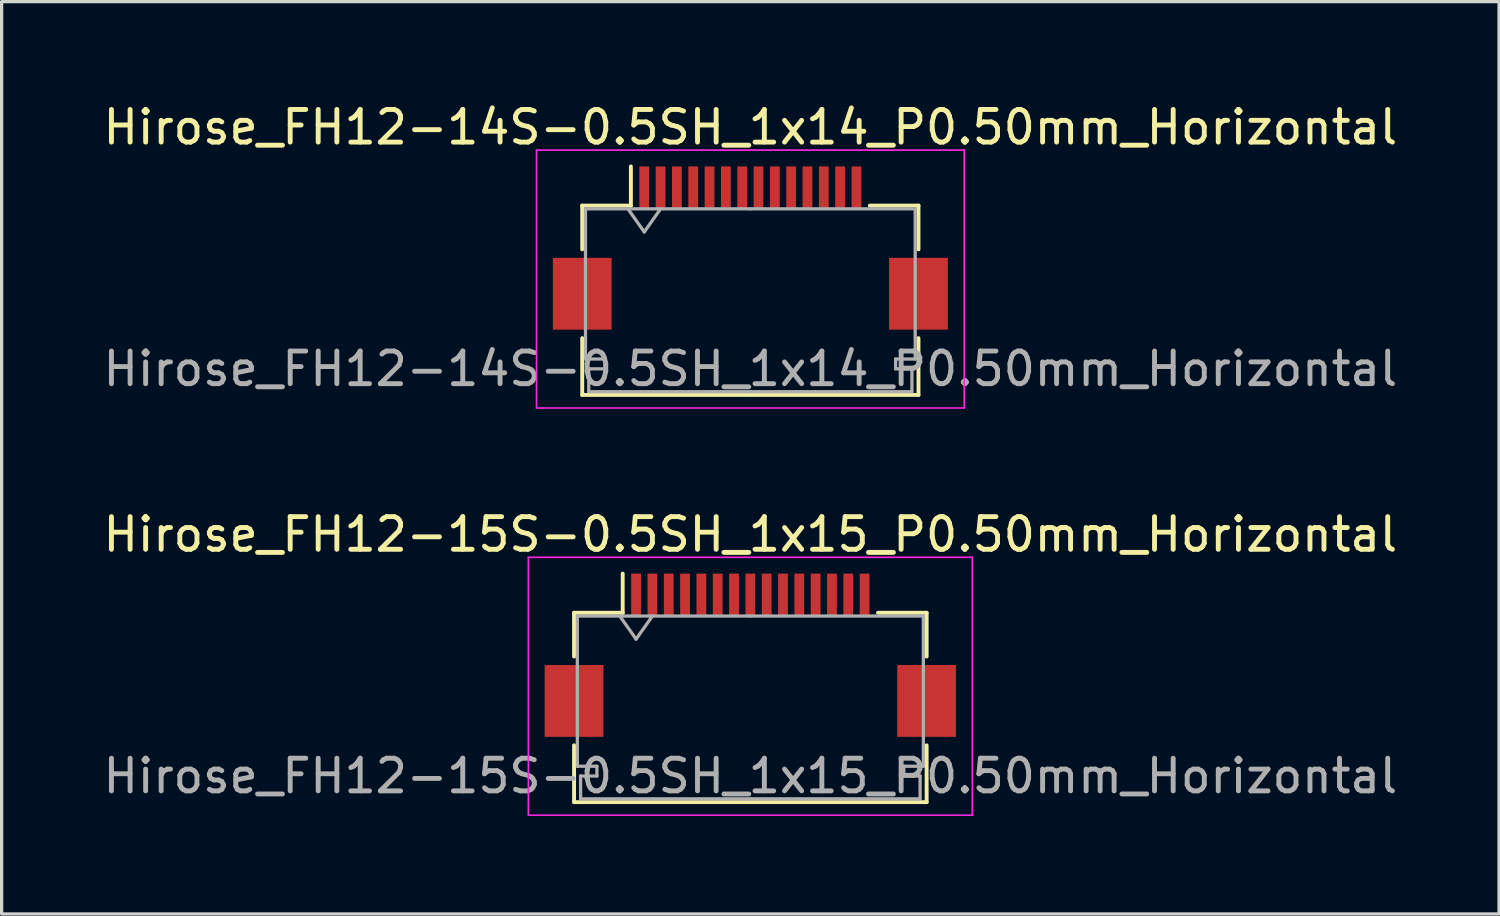
<source format=kicad_pcb>
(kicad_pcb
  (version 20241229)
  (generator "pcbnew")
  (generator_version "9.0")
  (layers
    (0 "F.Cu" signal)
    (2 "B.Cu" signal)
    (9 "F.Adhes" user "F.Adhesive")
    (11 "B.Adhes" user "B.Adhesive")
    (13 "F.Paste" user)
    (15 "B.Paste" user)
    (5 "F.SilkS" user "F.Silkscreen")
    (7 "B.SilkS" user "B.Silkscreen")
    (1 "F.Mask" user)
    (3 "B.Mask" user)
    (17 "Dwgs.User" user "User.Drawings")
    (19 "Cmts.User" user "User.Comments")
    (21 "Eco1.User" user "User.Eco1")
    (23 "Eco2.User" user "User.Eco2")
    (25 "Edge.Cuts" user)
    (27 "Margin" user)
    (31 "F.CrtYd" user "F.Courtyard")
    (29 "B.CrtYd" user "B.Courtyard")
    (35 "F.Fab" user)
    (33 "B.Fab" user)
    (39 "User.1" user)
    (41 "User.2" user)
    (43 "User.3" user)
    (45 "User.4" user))
  (footprint "Hirose_FH12-15S-0.5SH_1x15_P0.50mm_Horizontal"
    (layer "F.Cu")
    (at 19.935 17.021)
    (property "Reference" "Hirose_FH12-15S-0.5SH_1x15_P0.50mm_Horizontal" (at 0 -3.7 0) (layer "F.SilkS") (effects (font (size 1 1) (thickness 0.15))))
    (attr smd)
    (fp_line (start -5.4 -1.3) (end -5.4 0.04) (stroke (width 0.12) (type solid)) (layer "F.SilkS"))
    (fp_line (start -5.4 2.76) (end -5.4 4.5) (stroke (width 0.12) (type solid)) (layer "F.SilkS"))
    (fp_line (start -5.4 4.5) (end 5.4 4.5) (stroke (width 0.12) (type solid)) (layer "F.SilkS"))
    (fp_line (start -3.91 -1.3) (end -5.4 -1.3) (stroke (width 0.12) (type solid)) (layer "F.SilkS"))
    (fp_line (start -3.91 -1.3) (end -3.91 -2.5) (stroke (width 0.12) (type solid)) (layer "F.SilkS"))
    (fp_line (start 3.91 -1.3) (end 5.4 -1.3) (stroke (width 0.12) (type solid)) (layer "F.SilkS"))
    (fp_line (start 5.4 -1.3) (end 5.4 0.04) (stroke (width 0.12) (type solid)) (layer "F.SilkS"))
    (fp_line (start 5.4 4.5) (end 5.4 2.76) (stroke (width 0.12) (type solid)) (layer "F.SilkS"))
    (fp_line (start -6.8 -3) (end -6.8 4.9) (stroke (width 0.05) (type solid)) (layer "F.CrtYd"))
    (fp_line (start -6.8 4.9) (end 6.8 4.9) (stroke (width 0.05) (type solid)) (layer "F.CrtYd"))
    (fp_line (start 6.8 -3) (end -6.8 -3) (stroke (width 0.05) (type solid)) (layer "F.CrtYd"))
    (fp_line (start 6.8 4.9) (end 6.8 -3) (stroke (width 0.05) (type solid)) (layer "F.CrtYd"))
    (fp_line (start -5.3 -1.2) (end -5.3 3.4) (stroke (width 0.1) (type solid)) (layer "F.Fab"))
    (fp_line (start -5.3 3.4) (end -4.7 3.4) (stroke (width 0.1) (type solid)) (layer "F.Fab"))
    (fp_line (start -5.2 3.7) (end -5.2 4.4) (stroke (width 0.1) (type solid)) (layer "F.Fab"))
    (fp_line (start -5.2 4.4) (end 0 4.4) (stroke (width 0.1) (type solid)) (layer "F.Fab"))
    (fp_line (start -4.7 3.4) (end -4.7 3.7) (stroke (width 0.1) (type solid)) (layer "F.Fab"))
    (fp_line (start -4.7 3.7) (end -5.2 3.7) (stroke (width 0.1) (type solid)) (layer "F.Fab"))
    (fp_line (start -4 -1.2) (end -3.5 -0.493) (stroke (width 0.1) (type solid)) (layer "F.Fab"))
    (fp_line (start -3.5 -0.493) (end -3 -1.2) (stroke (width 0.1) (type solid)) (layer "F.Fab"))
    (fp_line (start 0 -1.2) (end -5.3 -1.2) (stroke (width 0.1) (type solid)) (layer "F.Fab"))
    (fp_line (start 0 -1.2) (end 5.3 -1.2) (stroke (width 0.1) (type solid)) (layer "F.Fab"))
    (fp_line (start 4.7 3.4) (end 4.7 3.7) (stroke (width 0.1) (type solid)) (layer "F.Fab"))
    (fp_line (start 4.7 3.7) (end 5.2 3.7) (stroke (width 0.1) (type solid)) (layer "F.Fab"))
    (fp_line (start 5.2 3.7) (end 5.2 4.4) (stroke (width 0.1) (type solid)) (layer "F.Fab"))
    (fp_line (start 5.2 4.4) (end 0 4.4) (stroke (width 0.1) (type solid)) (layer "F.Fab"))
    (fp_line (start 5.3 -1.2) (end 5.3 3.4) (stroke (width 0.1) (type solid)) (layer "F.Fab"))
    (fp_line (start 5.3 3.4) (end 4.7 3.4) (stroke (width 0.1) (type solid)) (layer "F.Fab"))
    (fp_text user "${REFERENCE}" (at 0 3.7 0) (layer "F.Fab") (effects (font (size 1 1) (thickness 0.15))))
    (pad "" smd rect (at -5.4 1.4) (size 1.8 2.2) (layers "F.Cu" "F.Mask" "F.Paste"))
    (pad "" smd rect (at 5.4 1.4) (size 1.8 2.2) (layers "F.Cu" "F.Mask" "F.Paste"))
    (pad "1" smd rect (at -3.5 -1.85) (size 0.3 1.3) (layers "F.Cu" "F.Mask" "F.Paste"))
    (pad "2" smd rect (at -3 -1.85) (size 0.3 1.3) (layers "F.Cu" "F.Mask" "F.Paste"))
    (pad "3" smd rect (at -2.5 -1.85) (size 0.3 1.3) (layers "F.Cu" "F.Mask" "F.Paste"))
    (pad "4" smd rect (at -2 -1.85) (size 0.3 1.3) (layers "F.Cu" "F.Mask" "F.Paste"))
    (pad "5" smd rect (at -1.5 -1.85) (size 0.3 1.3) (layers "F.Cu" "F.Mask" "F.Paste"))
    (pad "6" smd rect (at -1 -1.85) (size 0.3 1.3) (layers "F.Cu" "F.Mask" "F.Paste"))
    (pad "7" smd rect (at -0.5 -1.85) (size 0.3 1.3) (layers "F.Cu" "F.Mask" "F.Paste"))
    (pad "8" smd rect (at 0 -1.85) (size 0.3 1.3) (layers "F.Cu" "F.Mask" "F.Paste"))
    (pad "9" smd rect (at 0.5 -1.85) (size 0.3 1.3) (layers "F.Cu" "F.Mask" "F.Paste"))
    (pad "10" smd rect (at 1 -1.85) (size 0.3 1.3) (layers "F.Cu" "F.Mask" "F.Paste"))
    (pad "11" smd rect (at 1.5 -1.85) (size 0.3 1.3) (layers "F.Cu" "F.Mask" "F.Paste"))
    (pad "12" smd rect (at 2 -1.85) (size 0.3 1.3) (layers "F.Cu" "F.Mask" "F.Paste"))
    (pad "13" smd rect (at 2.5 -1.85) (size 0.3 1.3) (layers "F.Cu" "F.Mask" "F.Paste"))
    (pad "14" smd rect (at 3 -1.85) (size 0.3 1.3) (layers "F.Cu" "F.Mask" "F.Paste"))
    (pad "15" smd rect (at 3.5 -1.85) (size 0.3 1.3) (layers "F.Cu" "F.Mask" "F.Paste")))
  (footprint "Hirose_FH12-14S-0.5SH_1x14_P0.50mm_Horizontal"
    (layer "F.Cu")
    (at 19.935 4.548)
    (property "Reference" "Hirose_FH12-14S-0.5SH_1x14_P0.50mm_Horizontal" (at 0 -3.7 0) (layer "F.SilkS") (effects (font (size 1 1) (thickness 0.15))))
    (attr smd)
    (fp_line (start -5.15 -1.3) (end -5.15 0.04) (stroke (width 0.12) (type solid)) (layer "F.SilkS"))
    (fp_line (start -5.15 2.76) (end -5.15 4.5) (stroke (width 0.12) (type solid)) (layer "F.SilkS"))
    (fp_line (start -5.15 4.5) (end 5.15 4.5) (stroke (width 0.12) (type solid)) (layer "F.SilkS"))
    (fp_line (start -3.66 -1.3) (end -5.15 -1.3) (stroke (width 0.12) (type solid)) (layer "F.SilkS"))
    (fp_line (start -3.66 -1.3) (end -3.66 -2.5) (stroke (width 0.12) (type solid)) (layer "F.SilkS"))
    (fp_line (start 3.66 -1.3) (end 5.15 -1.3) (stroke (width 0.12) (type solid)) (layer "F.SilkS"))
    (fp_line (start 5.15 -1.3) (end 5.15 0.04) (stroke (width 0.12) (type solid)) (layer "F.SilkS"))
    (fp_line (start 5.15 4.5) (end 5.15 2.76) (stroke (width 0.12) (type solid)) (layer "F.SilkS"))
    (fp_line (start -6.55 -3) (end -6.55 4.9) (stroke (width 0.05) (type solid)) (layer "F.CrtYd"))
    (fp_line (start -6.55 4.9) (end 6.55 4.9) (stroke (width 0.05) (type solid)) (layer "F.CrtYd"))
    (fp_line (start 6.55 -3) (end -6.55 -3) (stroke (width 0.05) (type solid)) (layer "F.CrtYd"))
    (fp_line (start 6.55 4.9) (end 6.55 -3) (stroke (width 0.05) (type solid)) (layer "F.CrtYd"))
    (fp_line (start -5.05 -1.2) (end -5.05 3.4) (stroke (width 0.1) (type solid)) (layer "F.Fab"))
    (fp_line (start -5.05 3.4) (end -4.45 3.4) (stroke (width 0.1) (type solid)) (layer "F.Fab"))
    (fp_line (start -4.95 3.7) (end -4.95 4.4) (stroke (width 0.1) (type solid)) (layer "F.Fab"))
    (fp_line (start -4.95 4.4) (end 0 4.4) (stroke (width 0.1) (type solid)) (layer "F.Fab"))
    (fp_line (start -4.45 3.4) (end -4.45 3.7) (stroke (width 0.1) (type solid)) (layer "F.Fab"))
    (fp_line (start -4.45 3.7) (end -4.95 3.7) (stroke (width 0.1) (type solid)) (layer "F.Fab"))
    (fp_line (start -3.75 -1.2) (end -3.25 -0.493) (stroke (width 0.1) (type solid)) (layer "F.Fab"))
    (fp_line (start -3.25 -0.493) (end -2.75 -1.2) (stroke (width 0.1) (type solid)) (layer "F.Fab"))
    (fp_line (start 0 -1.2) (end -5.05 -1.2) (stroke (width 0.1) (type solid)) (layer "F.Fab"))
    (fp_line (start 0 -1.2) (end 5.05 -1.2) (stroke (width 0.1) (type solid)) (layer "F.Fab"))
    (fp_line (start 4.45 3.4) (end 4.45 3.7) (stroke (width 0.1) (type solid)) (layer "F.Fab"))
    (fp_line (start 4.45 3.7) (end 4.95 3.7) (stroke (width 0.1) (type solid)) (layer "F.Fab"))
    (fp_line (start 4.95 3.7) (end 4.95 4.4) (stroke (width 0.1) (type solid)) (layer "F.Fab"))
    (fp_line (start 4.95 4.4) (end 0 4.4) (stroke (width 0.1) (type solid)) (layer "F.Fab"))
    (fp_line (start 5.05 -1.2) (end 5.05 3.4) (stroke (width 0.1) (type solid)) (layer "F.Fab"))
    (fp_line (start 5.05 3.4) (end 4.45 3.4) (stroke (width 0.1) (type solid)) (layer "F.Fab"))
    (fp_text user "${REFERENCE}" (at 0 3.7 0) (layer "F.Fab") (effects (font (size 1 1) (thickness 0.15))))
    (pad "" smd rect (at -5.15 1.4) (size 1.8 2.2) (layers "F.Cu" "F.Mask" "F.Paste"))
    (pad "" smd rect (at 5.15 1.4) (size 1.8 2.2) (layers "F.Cu" "F.Mask" "F.Paste"))
    (pad "1" smd rect (at -3.25 -1.85) (size 0.3 1.3) (layers "F.Cu" "F.Mask" "F.Paste"))
    (pad "2" smd rect (at -2.75 -1.85) (size 0.3 1.3) (layers "F.Cu" "F.Mask" "F.Paste"))
    (pad "3" smd rect (at -2.25 -1.85) (size 0.3 1.3) (layers "F.Cu" "F.Mask" "F.Paste"))
    (pad "4" smd rect (at -1.75 -1.85) (size 0.3 1.3) (layers "F.Cu" "F.Mask" "F.Paste"))
    (pad "5" smd rect (at -1.25 -1.85) (size 0.3 1.3) (layers "F.Cu" "F.Mask" "F.Paste"))
    (pad "6" smd rect (at -0.75 -1.85) (size 0.3 1.3) (layers "F.Cu" "F.Mask" "F.Paste"))
    (pad "7" smd rect (at -0.25 -1.85) (size 0.3 1.3) (layers "F.Cu" "F.Mask" "F.Paste"))
    (pad "8" smd rect (at 0.25 -1.85) (size 0.3 1.3) (layers "F.Cu" "F.Mask" "F.Paste"))
    (pad "9" smd rect (at 0.75 -1.85) (size 0.3 1.3) (layers "F.Cu" "F.Mask" "F.Paste"))
    (pad "10" smd rect (at 1.25 -1.85) (size 0.3 1.3) (layers "F.Cu" "F.Mask" "F.Paste"))
    (pad "11" smd rect (at 1.75 -1.85) (size 0.3 1.3) (layers "F.Cu" "F.Mask" "F.Paste"))
    (pad "12" smd rect (at 2.25 -1.85) (size 0.3 1.3) (layers "F.Cu" "F.Mask" "F.Paste"))
    (pad "13" smd rect (at 2.75 -1.85) (size 0.3 1.3) (layers "F.Cu" "F.Mask" "F.Paste"))
    (pad "14" smd rect (at 3.25 -1.85) (size 0.3 1.3) (layers "F.Cu" "F.Mask" "F.Paste")))
  (gr_rect
    (start -3 -3)
    (end 42.869 24.947)
    (stroke (width 0.1) (type default))
    (fill no)
    (layer "Edge.Cuts")))
</source>
